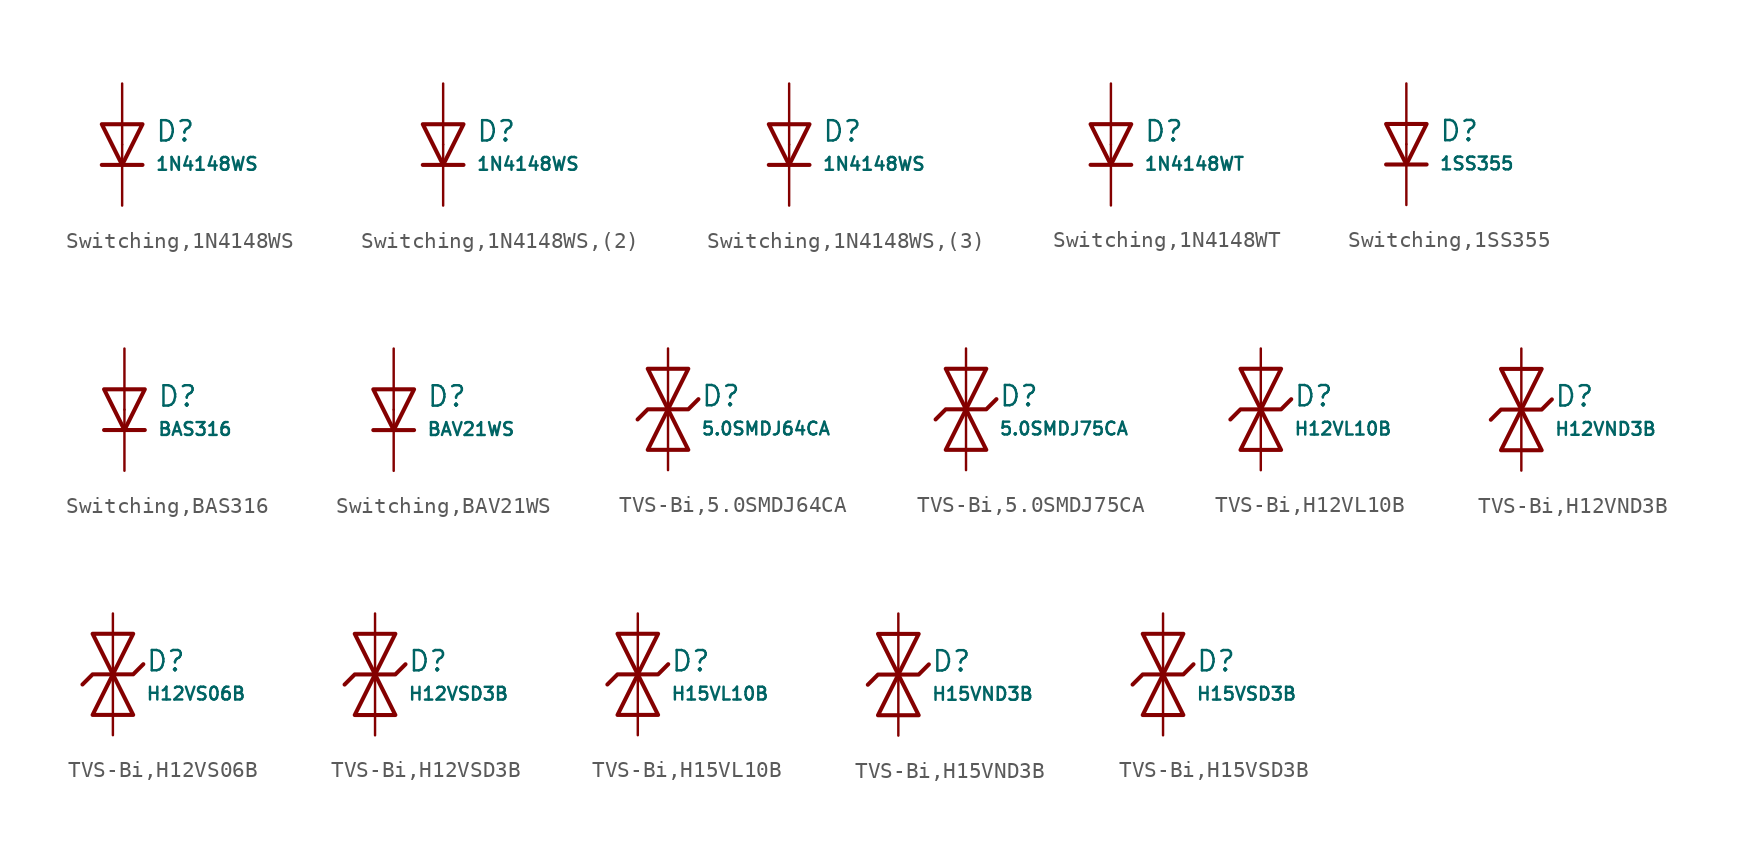
<source format=kicad_sym>
(kicad_symbol_lib
  (version 20231120)
  (generator "CDFER")
  (generator_version "8.0")
  (symbol "Switching,1N4148WS"
    (pin_numbers hide)
    (pin_names
      (offset 0))
    (property "Reference" "D"
      (at 2.032 0.834 0)
      (effects (font (size 1.27 1.27)) (justify left)))
    (property "Value" "1N4148WS"
      (at 2.032 -1.212 0)
      (effects (font (size 0.8 0.8)) (justify left)))
    (symbol "Switching,1N4148WS_0_1"
      (polyline (pts (xy -1.27 1.27) (xy 0.00 -1.27) (xy 1.27 1.27) (xy -1.27 1.27)) (stroke (width 0.254) (type default)) (fill (type none))))
    (symbol "Switching,1N4148WS_0_1"
      (polyline (pts (xy -1.27 -1.27) (xy 1.27 -1.27)) (stroke (width 0.254) (type default)) (fill (type none))))
    (symbol "Switching,1N4148WS_1_1"
      (pin passive line (at 0 3.81 270) (length 3.81) (name "~" (effects (font (size 1.27 1.27)))) (number "2" (effects (font (size 1.27 1.27)))))
      (pin passive line (at 0 -3.81 90) (length 3.81) (name "~" (effects (font (size 1.27 1.27)))) (number "1" (effects (font (size 1.27 1.27)))))))
  (symbol "Switching,1N4148WS,(2)"
    (pin_numbers hide)
    (pin_names
      (offset 0))
    (property "Reference" "D"
      (at 2.032 0.834 0)
      (effects (font (size 1.27 1.27)) (justify left)))
    (property "Value" "1N4148WS"
      (at 2.032 -1.212 0)
      (effects (font (size 0.8 0.8)) (justify left)))
    (symbol "Switching,1N4148WS,(2)_0_1"
      (polyline (pts (xy -1.27 1.27) (xy 0.00 -1.27) (xy 1.27 1.27) (xy -1.27 1.27)) (stroke (width 0.254) (type default)) (fill (type none))))
    (symbol "Switching,1N4148WS,(2)_0_1"
      (polyline (pts (xy -1.27 -1.27) (xy 1.27 -1.27)) (stroke (width 0.254) (type default)) (fill (type none))))
    (symbol "Switching,1N4148WS,(2)_1_1"
      (pin passive line (at 0 3.81 270) (length 3.81) (name "~" (effects (font (size 1.27 1.27)))) (number "2" (effects (font (size 1.27 1.27)))))
      (pin passive line (at 0 -3.81 90) (length 3.81) (name "~" (effects (font (size 1.27 1.27)))) (number "1" (effects (font (size 1.27 1.27)))))))
  (symbol "Switching,1N4148WS,(3)"
    (pin_numbers hide)
    (pin_names
      (offset 0))
    (property "Reference" "D"
      (at 2.032 0.834 0)
      (effects (font (size 1.27 1.27)) (justify left)))
    (property "Value" "1N4148WS"
      (at 2.032 -1.212 0)
      (effects (font (size 0.8 0.8)) (justify left)))
    (symbol "Switching,1N4148WS,(3)_0_1"
      (polyline (pts (xy -1.27 1.27) (xy 0.00 -1.27) (xy 1.27 1.27) (xy -1.27 1.27)) (stroke (width 0.254) (type default)) (fill (type none))))
    (symbol "Switching,1N4148WS,(3)_0_1"
      (polyline (pts (xy -1.27 -1.27) (xy 1.27 -1.27)) (stroke (width 0.254) (type default)) (fill (type none))))
    (symbol "Switching,1N4148WS,(3)_1_1"
      (pin passive line (at 0 3.81 270) (length 3.81) (name "~" (effects (font (size 1.27 1.27)))) (number "2" (effects (font (size 1.27 1.27)))))
      (pin passive line (at 0 -3.81 90) (length 3.81) (name "~" (effects (font (size 1.27 1.27)))) (number "1" (effects (font (size 1.27 1.27)))))))
  (symbol "Switching,1N4148WT"
    (pin_numbers hide)
    (pin_names
      (offset 0))
    (property "Reference" "D"
      (at 2.032 0.834 0)
      (effects (font (size 1.27 1.27)) (justify left)))
    (property "Value" "1N4148WT"
      (at 2.032 -1.212 0)
      (effects (font (size 0.8 0.8)) (justify left)))
    (symbol "Switching,1N4148WT_0_1"
      (polyline (pts (xy -1.27 1.27) (xy 0.00 -1.27) (xy 1.27 1.27) (xy -1.27 1.27)) (stroke (width 0.254) (type default)) (fill (type none))))
    (symbol "Switching,1N4148WT_0_1"
      (polyline (pts (xy -1.27 -1.27) (xy 1.27 -1.27)) (stroke (width 0.254) (type default)) (fill (type none))))
    (symbol "Switching,1N4148WT_1_1"
      (pin passive line (at 0 3.81 270) (length 3.81) (name "~" (effects (font (size 1.27 1.27)))) (number "2" (effects (font (size 1.27 1.27)))))
      (pin passive line (at 0 -3.81 90) (length 3.81) (name "~" (effects (font (size 1.27 1.27)))) (number "1" (effects (font (size 1.27 1.27)))))))
  (symbol "Switching,1SS355"
    (pin_numbers hide)
    (pin_names
      (offset 0))
    (property "Reference" "D"
      (at 2.032 0.834 0)
      (effects (font (size 1.27 1.27)) (justify left)))
    (property "Value" "1SS355"
      (at 2.032 -1.212 0)
      (effects (font (size 0.8 0.8)) (justify left)))
    (symbol "Switching,1SS355_0_1"
      (polyline (pts (xy -1.27 1.27) (xy 0.00 -1.27) (xy 1.27 1.27) (xy -1.27 1.27)) (stroke (width 0.254) (type default)) (fill (type none))))
    (symbol "Switching,1SS355_0_1"
      (polyline (pts (xy -1.27 -1.27) (xy 1.27 -1.27)) (stroke (width 0.254) (type default)) (fill (type none))))
    (symbol "Switching,1SS355_1_1"
      (pin passive line (at 0 3.81 270) (length 3.81) (name "~" (effects (font (size 1.27 1.27)))) (number "2" (effects (font (size 1.27 1.27)))))
      (pin passive line (at 0 -3.81 90) (length 3.81) (name "~" (effects (font (size 1.27 1.27)))) (number "1" (effects (font (size 1.27 1.27)))))))
  (symbol "Switching,BAS316"
    (pin_numbers hide)
    (pin_names
      (offset 0))
    (property "Reference" "D"
      (at 2.032 0.834 0)
      (effects (font (size 1.27 1.27)) (justify left)))
    (property "Value" "BAS316"
      (at 2.032 -1.212 0)
      (effects (font (size 0.8 0.8)) (justify left)))
    (symbol "Switching,BAS316_0_1"
      (polyline (pts (xy -1.27 1.27) (xy 0.00 -1.27) (xy 1.27 1.27) (xy -1.27 1.27)) (stroke (width 0.254) (type default)) (fill (type none))))
    (symbol "Switching,BAS316_0_1"
      (polyline (pts (xy -1.27 -1.27) (xy 1.27 -1.27)) (stroke (width 0.254) (type default)) (fill (type none))))
    (symbol "Switching,BAS316_1_1"
      (pin passive line (at 0 3.81 270) (length 3.81) (name "~" (effects (font (size 1.27 1.27)))) (number "2" (effects (font (size 1.27 1.27)))))
      (pin passive line (at 0 -3.81 90) (length 3.81) (name "~" (effects (font (size 1.27 1.27)))) (number "1" (effects (font (size 1.27 1.27)))))))
  (symbol "Switching,BAV21WS"
    (pin_numbers hide)
    (pin_names
      (offset 0))
    (property "Reference" "D"
      (at 2.032 0.834 0)
      (effects (font (size 1.27 1.27)) (justify left)))
    (property "Value" "BAV21WS"
      (at 2.032 -1.212 0)
      (effects (font (size 0.8 0.8)) (justify left)))
    (symbol "Switching,BAV21WS_0_1"
      (polyline (pts (xy -1.27 1.27) (xy 0.00 -1.27) (xy 1.27 1.27) (xy -1.27 1.27)) (stroke (width 0.254) (type default)) (fill (type none))))
    (symbol "Switching,BAV21WS_0_1"
      (polyline (pts (xy -1.27 -1.27) (xy 1.27 -1.27)) (stroke (width 0.254) (type default)) (fill (type none))))
    (symbol "Switching,BAV21WS_1_1"
      (pin passive line (at 0 3.81 270) (length 3.81) (name "~" (effects (font (size 1.27 1.27)))) (number "2" (effects (font (size 1.27 1.27)))))
      (pin passive line (at 0 -3.81 90) (length 3.81) (name "~" (effects (font (size 1.27 1.27)))) (number "1" (effects (font (size 1.27 1.27)))))))
  (symbol "TVS-Bi,5.0SMDJ64CA"
    (pin_numbers hide)
    (pin_names
      (offset 0))
    (property "Reference" "D"
      (at 2.032 0.834 0)
      (effects (font (size 1.27 1.27)) (justify left)))
    (property "Value" "5.0SMDJ64CA"
      (at 2.032 -1.212 0)
      (effects (font (size 0.8 0.8)) (justify left)))
    (symbol "TVS-Bi,5.0SMDJ64CA_0_1"
      (polyline (pts (xy -1.27 2.54) (xy 0 0) (xy 1.27 2.54) (xy -1.27 2.54)) (stroke (width 0.254) (type default)) (fill (type none))))
    (symbol "TVS-Bi,5.0SMDJ64CA_0_1"
      (polyline (pts (xy 1.27 -2.54) (xy 0 0) (xy -1.27 -2.54) (xy 1.27 -2.54)) (stroke (width 0.254) (type default)) (fill (type none))))
    (symbol "TVS-Bi,5.0SMDJ64CA_0_1"
      (polyline (pts (xy -1.905 -0.635) (xy -1.27 0) (xy 1.27 0) (xy 1.905 0.635)) (stroke (width 0.254) (type default)) (fill (type none))))
    (symbol "TVS-Bi,5.0SMDJ64CA_1_1"
      (pin passive line (at 0 3.81 270) (length 3.81) (name "~" (effects (font (size 1.27 1.27)))) (number "2" (effects (font (size 1.27 1.27)))))
      (pin passive line (at 0 -3.81 90) (length 3.81) (name "~" (effects (font (size 1.27 1.27)))) (number "1" (effects (font (size 1.27 1.27)))))))
  (symbol "TVS-Bi,5.0SMDJ75CA"
    (pin_numbers hide)
    (pin_names
      (offset 0))
    (property "Reference" "D"
      (at 2.032 0.834 0)
      (effects (font (size 1.27 1.27)) (justify left)))
    (property "Value" "5.0SMDJ75CA"
      (at 2.032 -1.212 0)
      (effects (font (size 0.8 0.8)) (justify left)))
    (symbol "TVS-Bi,5.0SMDJ75CA_0_1"
      (polyline (pts (xy -1.27 2.54) (xy 0 0) (xy 1.27 2.54) (xy -1.27 2.54)) (stroke (width 0.254) (type default)) (fill (type none))))
    (symbol "TVS-Bi,5.0SMDJ75CA_0_1"
      (polyline (pts (xy 1.27 -2.54) (xy 0 0) (xy -1.27 -2.54) (xy 1.27 -2.54)) (stroke (width 0.254) (type default)) (fill (type none))))
    (symbol "TVS-Bi,5.0SMDJ75CA_0_1"
      (polyline (pts (xy -1.905 -0.635) (xy -1.27 0) (xy 1.27 0) (xy 1.905 0.635)) (stroke (width 0.254) (type default)) (fill (type none))))
    (symbol "TVS-Bi,5.0SMDJ75CA_1_1"
      (pin passive line (at 0 3.81 270) (length 3.81) (name "~" (effects (font (size 1.27 1.27)))) (number "2" (effects (font (size 1.27 1.27)))))
      (pin passive line (at 0 -3.81 90) (length 3.81) (name "~" (effects (font (size 1.27 1.27)))) (number "1" (effects (font (size 1.27 1.27)))))))
  (symbol "TVS-Bi,H12VL10B"
    (pin_numbers hide)
    (pin_names
      (offset 0))
    (property "Reference" "D"
      (at 2.032 0.834 0)
      (effects (font (size 1.27 1.27)) (justify left)))
    (property "Value" "H12VL10B"
      (at 2.032 -1.212 0)
      (effects (font (size 0.8 0.8)) (justify left)))
    (symbol "TVS-Bi,H12VL10B_0_1"
      (polyline (pts (xy -1.27 2.54) (xy 0 0) (xy 1.27 2.54) (xy -1.27 2.54)) (stroke (width 0.254) (type default)) (fill (type none))))
    (symbol "TVS-Bi,H12VL10B_0_1"
      (polyline (pts (xy 1.27 -2.54) (xy 0 0) (xy -1.27 -2.54) (xy 1.27 -2.54)) (stroke (width 0.254) (type default)) (fill (type none))))
    (symbol "TVS-Bi,H12VL10B_0_1"
      (polyline (pts (xy -1.905 -0.635) (xy -1.27 0) (xy 1.27 0) (xy 1.905 0.635)) (stroke (width 0.254) (type default)) (fill (type none))))
    (symbol "TVS-Bi,H12VL10B_1_1"
      (pin passive line (at 0 3.81 270) (length 3.81) (name "~" (effects (font (size 1.27 1.27)))) (number "2" (effects (font (size 1.27 1.27)))))
      (pin passive line (at 0 -3.81 90) (length 3.81) (name "~" (effects (font (size 1.27 1.27)))) (number "1" (effects (font (size 1.27 1.27)))))))
  (symbol "TVS-Bi,H12VND3B"
    (pin_numbers hide)
    (pin_names
      (offset 0))
    (property "Reference" "D"
      (at 2.032 0.834 0)
      (effects (font (size 1.27 1.27)) (justify left)))
    (property "Value" "H12VND3B"
      (at 2.032 -1.212 0)
      (effects (font (size 0.8 0.8)) (justify left)))
    (symbol "TVS-Bi,H12VND3B_0_1"
      (polyline (pts (xy -1.27 2.54) (xy 0 0) (xy 1.27 2.54) (xy -1.27 2.54)) (stroke (width 0.254) (type default)) (fill (type none))))
    (symbol "TVS-Bi,H12VND3B_0_1"
      (polyline (pts (xy 1.27 -2.54) (xy 0 0) (xy -1.27 -2.54) (xy 1.27 -2.54)) (stroke (width 0.254) (type default)) (fill (type none))))
    (symbol "TVS-Bi,H12VND3B_0_1"
      (polyline (pts (xy -1.905 -0.635) (xy -1.27 0) (xy 1.27 0) (xy 1.905 0.635)) (stroke (width 0.254) (type default)) (fill (type none))))
    (symbol "TVS-Bi,H12VND3B_1_1"
      (pin passive line (at 0 3.81 270) (length 3.81) (name "~" (effects (font (size 1.27 1.27)))) (number "2" (effects (font (size 1.27 1.27)))))
      (pin passive line (at 0 -3.81 90) (length 3.81) (name "~" (effects (font (size 1.27 1.27)))) (number "1" (effects (font (size 1.27 1.27)))))))
  (symbol "TVS-Bi,H12VS06B"
    (pin_numbers hide)
    (pin_names
      (offset 0))
    (property "Reference" "D"
      (at 2.032 0.834 0)
      (effects (font (size 1.27 1.27)) (justify left)))
    (property "Value" "H12VS06B"
      (at 2.032 -1.212 0)
      (effects (font (size 0.8 0.8)) (justify left)))
    (symbol "TVS-Bi,H12VS06B_0_1"
      (polyline (pts (xy -1.27 2.54) (xy 0 0) (xy 1.27 2.54) (xy -1.27 2.54)) (stroke (width 0.254) (type default)) (fill (type none))))
    (symbol "TVS-Bi,H12VS06B_0_1"
      (polyline (pts (xy 1.27 -2.54) (xy 0 0) (xy -1.27 -2.54) (xy 1.27 -2.54)) (stroke (width 0.254) (type default)) (fill (type none))))
    (symbol "TVS-Bi,H12VS06B_0_1"
      (polyline (pts (xy -1.905 -0.635) (xy -1.27 0) (xy 1.27 0) (xy 1.905 0.635)) (stroke (width 0.254) (type default)) (fill (type none))))
    (symbol "TVS-Bi,H12VS06B_1_1"
      (pin passive line (at 0 3.81 270) (length 3.81) (name "~" (effects (font (size 1.27 1.27)))) (number "2" (effects (font (size 1.27 1.27)))))
      (pin passive line (at 0 -3.81 90) (length 3.81) (name "~" (effects (font (size 1.27 1.27)))) (number "1" (effects (font (size 1.27 1.27)))))))
  (symbol "TVS-Bi,H12VSD3B"
    (pin_numbers hide)
    (pin_names
      (offset 0))
    (property "Reference" "D"
      (at 2.032 0.834 0)
      (effects (font (size 1.27 1.27)) (justify left)))
    (property "Value" "H12VSD3B"
      (at 2.032 -1.212 0)
      (effects (font (size 0.8 0.8)) (justify left)))
    (symbol "TVS-Bi,H12VSD3B_0_1"
      (polyline (pts (xy -1.27 2.54) (xy 0 0) (xy 1.27 2.54) (xy -1.27 2.54)) (stroke (width 0.254) (type default)) (fill (type none))))
    (symbol "TVS-Bi,H12VSD3B_0_1"
      (polyline (pts (xy 1.27 -2.54) (xy 0 0) (xy -1.27 -2.54) (xy 1.27 -2.54)) (stroke (width 0.254) (type default)) (fill (type none))))
    (symbol "TVS-Bi,H12VSD3B_0_1"
      (polyline (pts (xy -1.905 -0.635) (xy -1.27 0) (xy 1.27 0) (xy 1.905 0.635)) (stroke (width 0.254) (type default)) (fill (type none))))
    (symbol "TVS-Bi,H12VSD3B_1_1"
      (pin passive line (at 0 3.81 270) (length 3.81) (name "~" (effects (font (size 1.27 1.27)))) (number "2" (effects (font (size 1.27 1.27)))))
      (pin passive line (at 0 -3.81 90) (length 3.81) (name "~" (effects (font (size 1.27 1.27)))) (number "1" (effects (font (size 1.27 1.27)))))))
  (symbol "TVS-Bi,H15VL10B"
    (pin_numbers hide)
    (pin_names
      (offset 0))
    (property "Reference" "D"
      (at 2.032 0.834 0)
      (effects (font (size 1.27 1.27)) (justify left)))
    (property "Value" "H15VL10B"
      (at 2.032 -1.212 0)
      (effects (font (size 0.8 0.8)) (justify left)))
    (symbol "TVS-Bi,H15VL10B_0_1"
      (polyline (pts (xy -1.27 2.54) (xy 0 0) (xy 1.27 2.54) (xy -1.27 2.54)) (stroke (width 0.254) (type default)) (fill (type none))))
    (symbol "TVS-Bi,H15VL10B_0_1"
      (polyline (pts (xy 1.27 -2.54) (xy 0 0) (xy -1.27 -2.54) (xy 1.27 -2.54)) (stroke (width 0.254) (type default)) (fill (type none))))
    (symbol "TVS-Bi,H15VL10B_0_1"
      (polyline (pts (xy -1.905 -0.635) (xy -1.27 0) (xy 1.27 0) (xy 1.905 0.635)) (stroke (width 0.254) (type default)) (fill (type none))))
    (symbol "TVS-Bi,H15VL10B_1_1"
      (pin passive line (at 0 3.81 270) (length 3.81) (name "~" (effects (font (size 1.27 1.27)))) (number "2" (effects (font (size 1.27 1.27)))))
      (pin passive line (at 0 -3.81 90) (length 3.81) (name "~" (effects (font (size 1.27 1.27)))) (number "1" (effects (font (size 1.27 1.27)))))))
  (symbol "TVS-Bi,H15VND3B"
    (pin_numbers hide)
    (pin_names
      (offset 0))
    (property "Reference" "D"
      (at 2.032 0.834 0)
      (effects (font (size 1.27 1.27)) (justify left)))
    (property "Value" "H15VND3B"
      (at 2.032 -1.212 0)
      (effects (font (size 0.8 0.8)) (justify left)))
    (symbol "TVS-Bi,H15VND3B_0_1"
      (polyline (pts (xy -1.27 2.54) (xy 0 0) (xy 1.27 2.54) (xy -1.27 2.54)) (stroke (width 0.254) (type default)) (fill (type none))))
    (symbol "TVS-Bi,H15VND3B_0_1"
      (polyline (pts (xy 1.27 -2.54) (xy 0 0) (xy -1.27 -2.54) (xy 1.27 -2.54)) (stroke (width 0.254) (type default)) (fill (type none))))
    (symbol "TVS-Bi,H15VND3B_0_1"
      (polyline (pts (xy -1.905 -0.635) (xy -1.27 0) (xy 1.27 0) (xy 1.905 0.635)) (stroke (width 0.254) (type default)) (fill (type none))))
    (symbol "TVS-Bi,H15VND3B_1_1"
      (pin passive line (at 0 3.81 270) (length 3.81) (name "~" (effects (font (size 1.27 1.27)))) (number "2" (effects (font (size 1.27 1.27)))))
      (pin passive line (at 0 -3.81 90) (length 3.81) (name "~" (effects (font (size 1.27 1.27)))) (number "1" (effects (font (size 1.27 1.27)))))))
  (symbol "TVS-Bi,H15VSD3B"
    (pin_numbers hide)
    (pin_names
      (offset 0))
    (property "Reference" "D"
      (at 2.032 0.834 0)
      (effects (font (size 1.27 1.27)) (justify left)))
    (property "Value" "H15VSD3B"
      (at 2.032 -1.212 0)
      (effects (font (size 0.8 0.8)) (justify left)))
    (symbol "TVS-Bi,H15VSD3B_0_1"
      (polyline (pts (xy -1.27 2.54) (xy 0 0) (xy 1.27 2.54) (xy -1.27 2.54)) (stroke (width 0.254) (type default)) (fill (type none))))
    (symbol "TVS-Bi,H15VSD3B_0_1"
      (polyline (pts (xy 1.27 -2.54) (xy 0 0) (xy -1.27 -2.54) (xy 1.27 -2.54)) (stroke (width 0.254) (type default)) (fill (type none))))
    (symbol "TVS-Bi,H15VSD3B_0_1"
      (polyline (pts (xy -1.905 -0.635) (xy -1.27 0) (xy 1.27 0) (xy 1.905 0.635)) (stroke (width 0.254) (type default)) (fill (type none))))
    (symbol "TVS-Bi,H15VSD3B_1_1"
      (pin passive line (at 0 3.81 270) (length 3.81) (name "~" (effects (font (size 1.27 1.27)))) (number "2" (effects (font (size 1.27 1.27)))))
      (pin passive line (at 0 -3.81 90) (length 3.81) (name "~" (effects (font (size 1.27 1.27)))) (number "1" (effects (font (size 1.27 1.27))))))))
</source>
